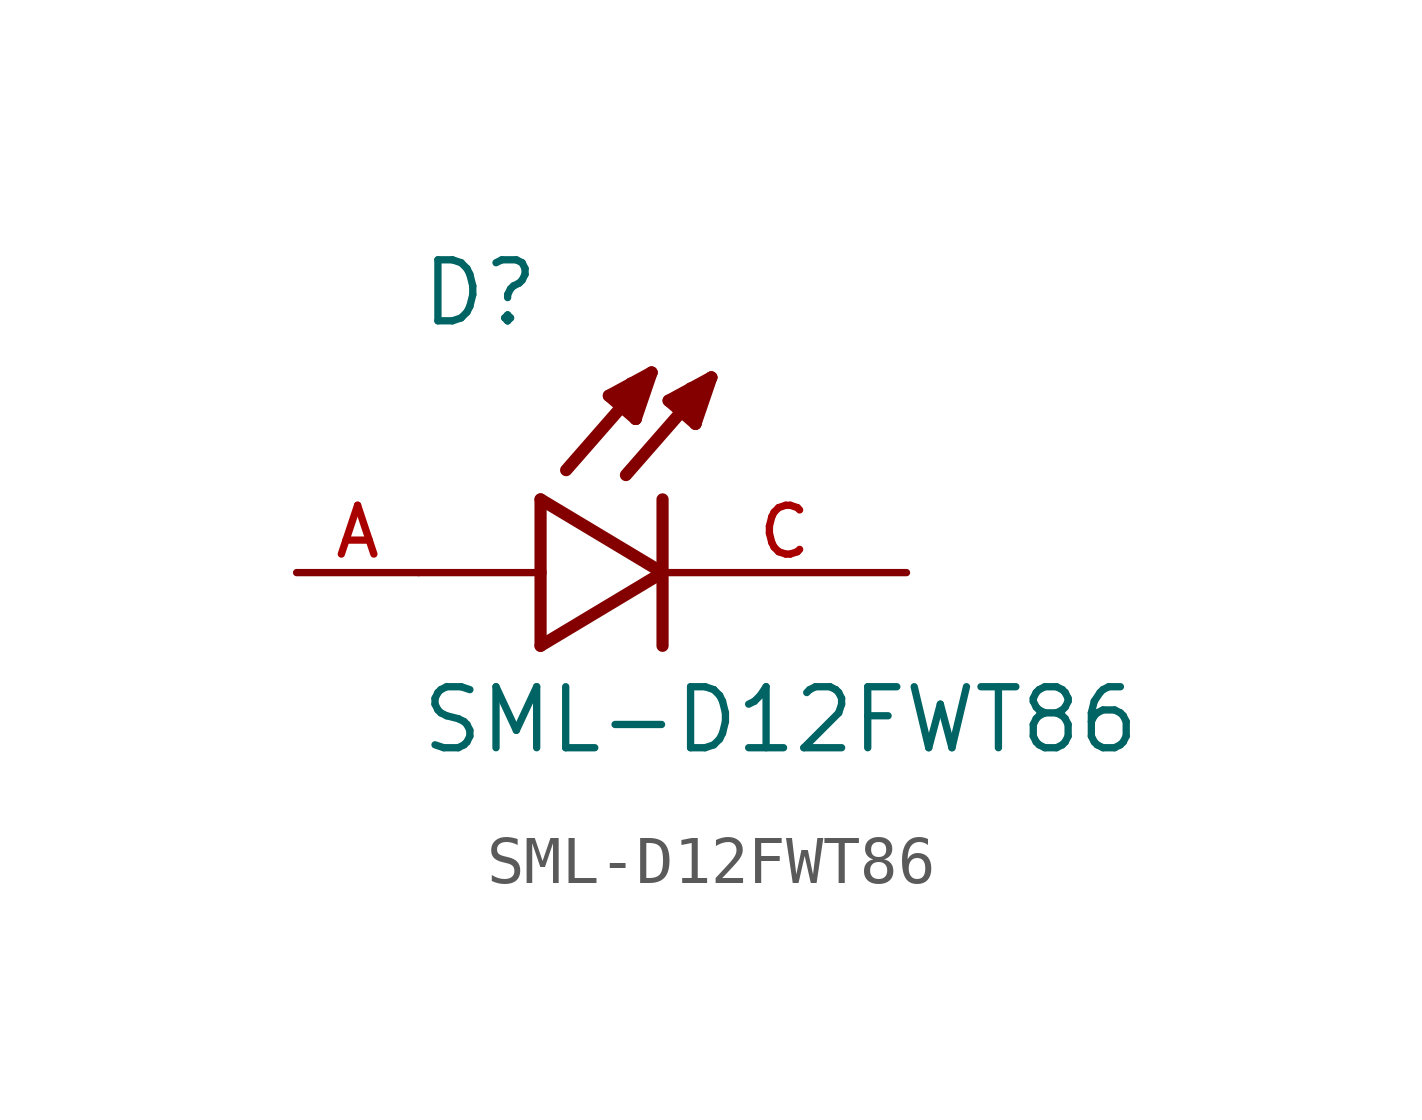
<source format=kicad_sym>
(kicad_symbol_lib
  (version 20211014)
  (generator kicad_symbol_editor)
  (symbol "SML-D12FWT86"
    (pin_names
      (offset 1.016))
    (property "Reference" "D"
      (at -5.08 5.08 0)
      (effects (font (size 1.27 1.27)) (justify bottom left)))
    (property "Value" "SML-D12FWT86"
      (at -5.08 -3.81 0)
      (effects (font (size 1.27 1.27)) (justify bottom left)))
    (symbol "SML-D12FWT86_0_0"
      (polyline (pts (xy -2.54 1.524) (xy -2.54 0.0)) (stroke (width 0.254)))
      (polyline (pts (xy -2.54 0.0) (xy -2.54 -1.524)) (stroke (width 0.254)))
      (polyline (pts (xy -2.54 -1.524) (xy 0.0 0.0)) (stroke (width 0.254)))
      (polyline (pts (xy 0.0 0.0) (xy -2.54 1.524)) (stroke (width 0.254)))
      (polyline (pts (xy 0.0 1.524) (xy 0.0 -1.524)) (stroke (width 0.254)))
      (polyline (pts (xy -2.54 0.0) (xy -5.08 0.0)) (stroke (width 0.152)))
      (polyline (pts (xy 1.016 4.064) (xy -0.762 2.032)) (stroke (width 0.254)))
      (polyline (pts (xy 0.686 3.099) (xy 0.127 3.581)) (stroke (width 0.254)))
      (polyline (pts (xy 0.127 3.581) (xy 1.016 4.064)) (stroke (width 0.254)))
      (polyline (pts (xy 1.016 4.064) (xy 0.686 3.099)) (stroke (width 0.254)))
      (polyline (pts (xy 0.686 3.099) (xy 0.711 3.835)) (stroke (width 0.254)))
      (polyline (pts (xy 0.711 3.835) (xy 0.584 3.835)) (stroke (width 0.254)))
      (polyline (pts (xy 0.305 3.505) (xy 0.533 3.658)) (stroke (width 0.254)))
      (polyline (pts (xy -0.229 4.166) (xy -2.007 2.134)) (stroke (width 0.254)))
      (polyline (pts (xy -0.559 3.2) (xy -1.118 3.683)) (stroke (width 0.254)))
      (polyline (pts (xy -1.118 3.683) (xy -0.229 4.166)) (stroke (width 0.254)))
      (polyline (pts (xy -0.229 4.166) (xy -0.559 3.2)) (stroke (width 0.254)))
      (polyline (pts (xy -0.559 3.2) (xy -0.533 3.937)) (stroke (width 0.254)))
      (polyline (pts (xy -0.533 3.937) (xy -0.66 3.937)) (stroke (width 0.254)))
      (polyline (pts (xy -0.94 3.607) (xy -0.711 3.759)) (stroke (width 0.254)))
      (pin passive line (at 5.08 0.0 180.0) (length 5.08) (name "~" (effects (font (size 1.016 1.016)))) (number "C" (effects (font (size 1.016 1.016)))))
      (pin passive line (at -7.62 0.0 0) (length 2.54) (name "~" (effects (font (size 1.016 1.016)))) (number "A" (effects (font (size 1.016 1.016))))))))
</source>
